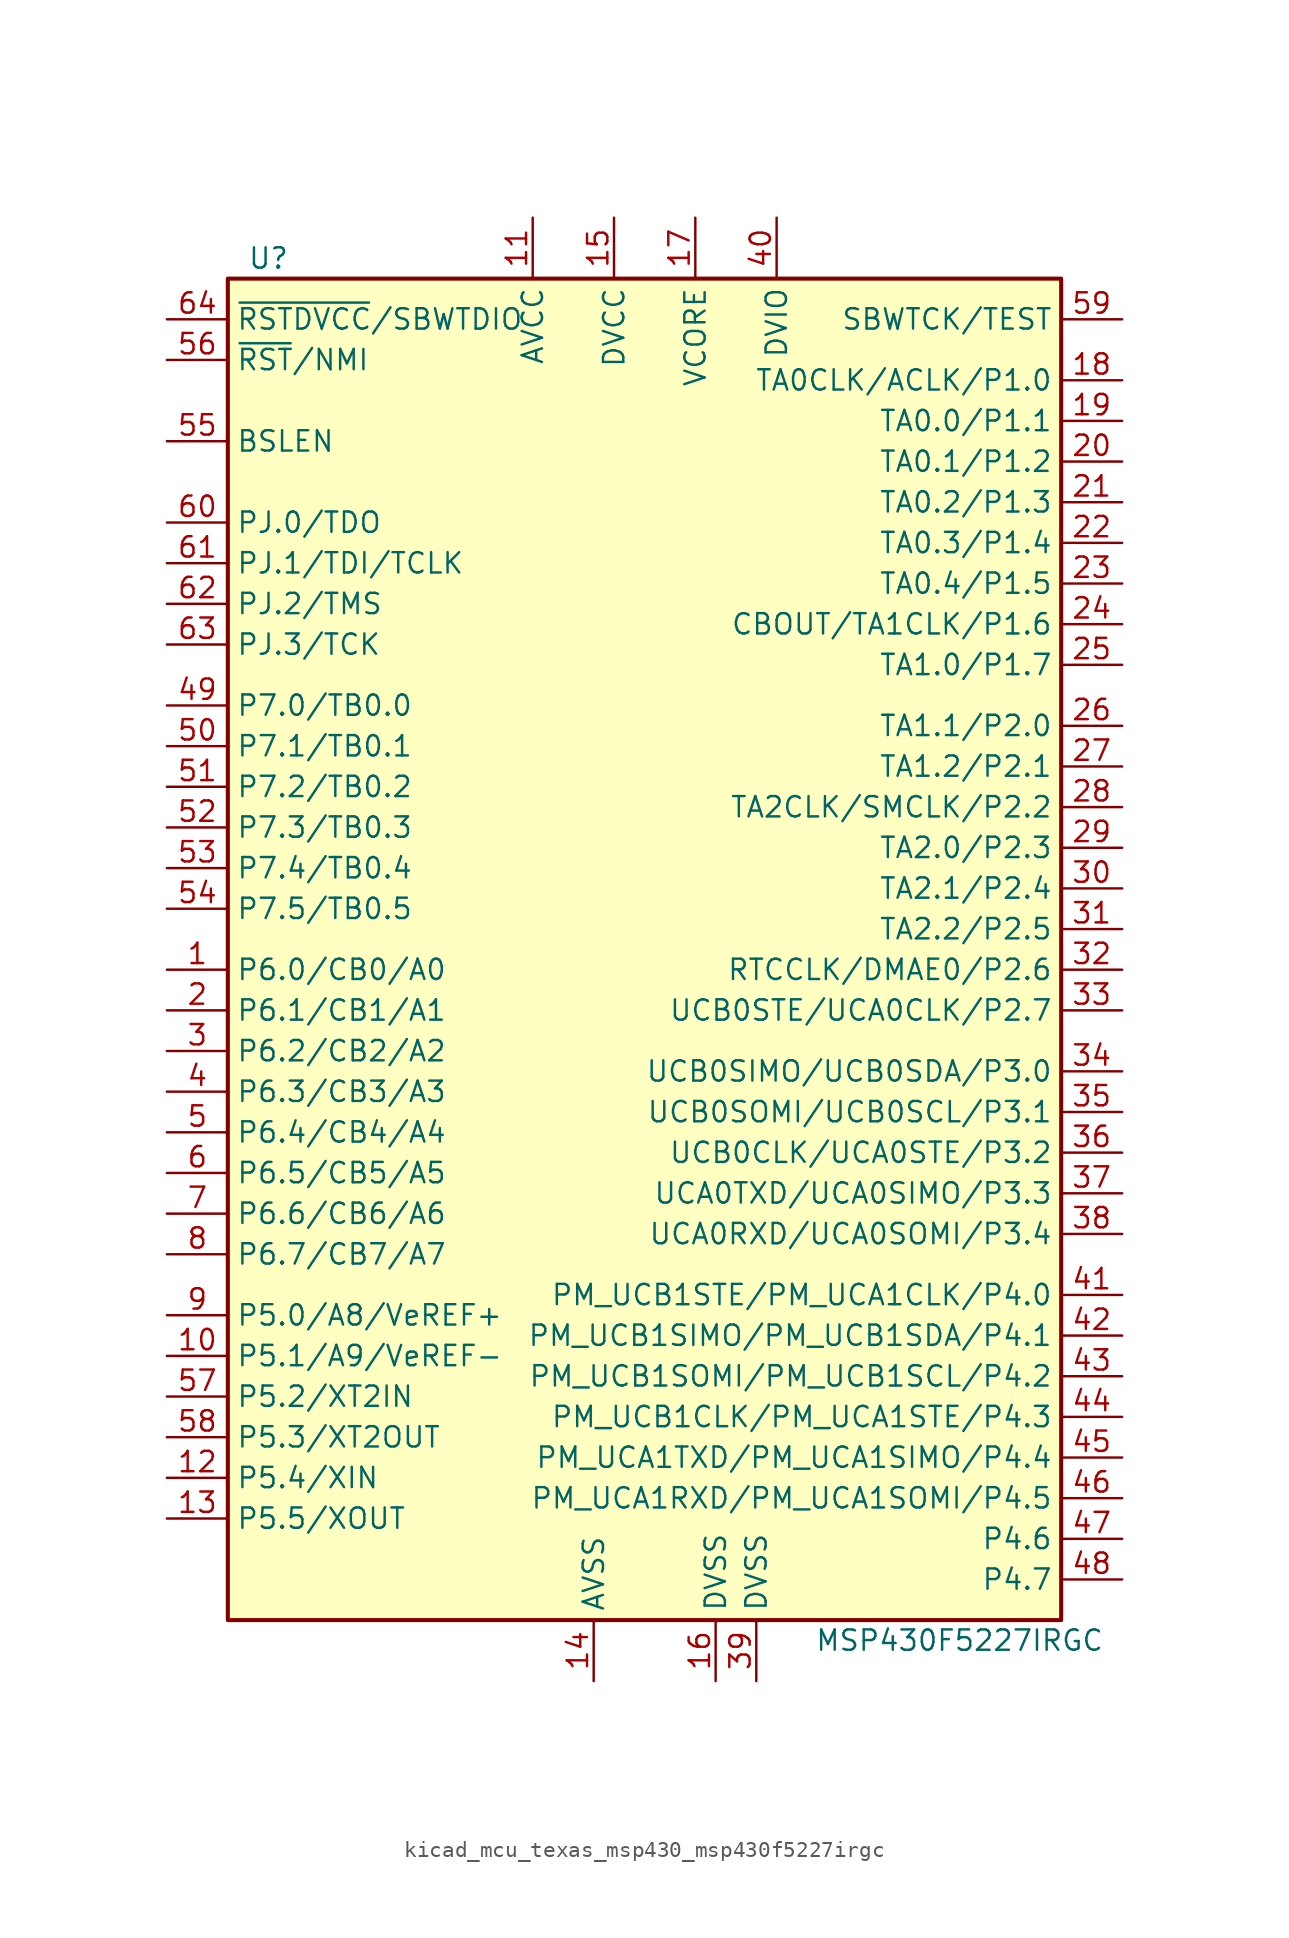
<source format=kicad_sym>
(kicad_symbol_lib
  (version 20220914)
  (generator kicad_symbol_editor)
  (symbol "kicad_mcu_texas_msp430_msp430f5227irgc"
    (property "Reference" "U"
      (at -24.13 43.18 0)
      (effects (font (size 1.27 1.27))))
    (property "Value" "MSP430F5227IRGC"
      (at 19.05 -43.18 0)
      (effects (font (size 1.27 1.27))))
    (symbol "kicad_mcu_texas_msp430_msp430f5227irgc_0_1"
      (rectangle (start -26.67 41.91) (end 25.4 -41.91) (stroke (width 0.254) (type default)) (fill (type background))))
    (symbol "kicad_mcu_texas_msp430_msp430f5227irgc_1_1"
      (pin bidirectional line (at -30.48 -1.27 0) (length 3.81) (name "P6.0/CB0/A0" (effects (font (size 1.27 1.27)))) (number "1" (effects (font (size 1.27 1.27)))))
      (pin bidirectional line (at -30.48 -25.4 0) (length 3.81) (name "P5.1/A9/VeREF-" (effects (font (size 1.27 1.27)))) (number "10" (effects (font (size 1.27 1.27)))))
      (pin power_in line (at -7.62 45.72 270) (length 3.81) (name "AVCC" (effects (font (size 1.27 1.27)))) (number "11" (effects (font (size 1.27 1.27)))))
      (pin bidirectional line (at -30.48 -33.02 0) (length 3.81) (name "P5.4/XIN" (effects (font (size 1.27 1.27)))) (number "12" (effects (font (size 1.27 1.27)))))
      (pin bidirectional line (at -30.48 -35.56 0) (length 3.81) (name "P5.5/XOUT" (effects (font (size 1.27 1.27)))) (number "13" (effects (font (size 1.27 1.27)))))
      (pin power_in line (at -3.81 -45.72 90) (length 3.81) (name "AVSS" (effects (font (size 1.27 1.27)))) (number "14" (effects (font (size 1.27 1.27)))))
      (pin power_in line (at -2.54 45.72 270) (length 3.81) (name "DVCC" (effects (font (size 1.27 1.27)))) (number "15" (effects (font (size 1.27 1.27)))))
      (pin power_in line (at 3.81 -45.72 90) (length 3.81) (name "DVSS" (effects (font (size 1.27 1.27)))) (number "16" (effects (font (size 1.27 1.27)))))
      (pin power_in line (at 2.54 45.72 270) (length 3.81) (name "VCORE" (effects (font (size 1.27 1.27)))) (number "17" (effects (font (size 1.27 1.27)))))
      (pin bidirectional line (at 29.21 35.56 180) (length 3.81) (name "TA0CLK/ACLK/P1.0" (effects (font (size 1.27 1.27)))) (number "18" (effects (font (size 1.27 1.27)))))
      (pin bidirectional line (at 29.21 33.02 180) (length 3.81) (name "TA0.0/P1.1" (effects (font (size 1.27 1.27)))) (number "19" (effects (font (size 1.27 1.27)))))
      (pin bidirectional line (at -30.48 -3.81 0) (length 3.81) (name "P6.1/CB1/A1" (effects (font (size 1.27 1.27)))) (number "2" (effects (font (size 1.27 1.27)))))
      (pin bidirectional line (at 29.21 30.48 180) (length 3.81) (name "TA0.1/P1.2" (effects (font (size 1.27 1.27)))) (number "20" (effects (font (size 1.27 1.27)))))
      (pin bidirectional line (at 29.21 27.94 180) (length 3.81) (name "TA0.2/P1.3" (effects (font (size 1.27 1.27)))) (number "21" (effects (font (size 1.27 1.27)))))
      (pin bidirectional line (at 29.21 25.4 180) (length 3.81) (name "TA0.3/P1.4" (effects (font (size 1.27 1.27)))) (number "22" (effects (font (size 1.27 1.27)))))
      (pin bidirectional line (at 29.21 22.86 180) (length 3.81) (name "TA0.4/P1.5" (effects (font (size 1.27 1.27)))) (number "23" (effects (font (size 1.27 1.27)))))
      (pin bidirectional line (at 29.21 20.32 180) (length 3.81) (name "CBOUT/TA1CLK/P1.6" (effects (font (size 1.27 1.27)))) (number "24" (effects (font (size 1.27 1.27)))))
      (pin bidirectional line (at 29.21 17.78 180) (length 3.81) (name "TA1.0/P1.7" (effects (font (size 1.27 1.27)))) (number "25" (effects (font (size 1.27 1.27)))))
      (pin bidirectional line (at 29.21 13.97 180) (length 3.81) (name "TA1.1/P2.0" (effects (font (size 1.27 1.27)))) (number "26" (effects (font (size 1.27 1.27)))))
      (pin bidirectional line (at 29.21 11.43 180) (length 3.81) (name "TA1.2/P2.1" (effects (font (size 1.27 1.27)))) (number "27" (effects (font (size 1.27 1.27)))))
      (pin bidirectional line (at 29.21 8.89 180) (length 3.81) (name "TA2CLK/SMCLK/P2.2" (effects (font (size 1.27 1.27)))) (number "28" (effects (font (size 1.27 1.27)))))
      (pin bidirectional line (at 29.21 6.35 180) (length 3.81) (name "TA2.0/P2.3" (effects (font (size 1.27 1.27)))) (number "29" (effects (font (size 1.27 1.27)))))
      (pin bidirectional line (at -30.48 -6.35 0) (length 3.81) (name "P6.2/CB2/A2" (effects (font (size 1.27 1.27)))) (number "3" (effects (font (size 1.27 1.27)))))
      (pin bidirectional line (at 29.21 3.81 180) (length 3.81) (name "TA2.1/P2.4" (effects (font (size 1.27 1.27)))) (number "30" (effects (font (size 1.27 1.27)))))
      (pin bidirectional line (at 29.21 1.27 180) (length 3.81) (name "TA2.2/P2.5" (effects (font (size 1.27 1.27)))) (number "31" (effects (font (size 1.27 1.27)))))
      (pin bidirectional line (at 29.21 -1.27 180) (length 3.81) (name "RTCCLK/DMAE0/P2.6" (effects (font (size 1.27 1.27)))) (number "32" (effects (font (size 1.27 1.27)))))
      (pin bidirectional line (at 29.21 -3.81 180) (length 3.81) (name "UCB0STE/UCA0CLK/P2.7" (effects (font (size 1.27 1.27)))) (number "33" (effects (font (size 1.27 1.27)))))
      (pin bidirectional line (at 29.21 -7.62 180) (length 3.81) (name "UCB0SIMO/UCB0SDA/P3.0" (effects (font (size 1.27 1.27)))) (number "34" (effects (font (size 1.27 1.27)))))
      (pin bidirectional line (at 29.21 -10.16 180) (length 3.81) (name "UCB0SOMI/UCB0SCL/P3.1" (effects (font (size 1.27 1.27)))) (number "35" (effects (font (size 1.27 1.27)))))
      (pin bidirectional line (at 29.21 -12.7 180) (length 3.81) (name "UCB0CLK/UCA0STE/P3.2" (effects (font (size 1.27 1.27)))) (number "36" (effects (font (size 1.27 1.27)))))
      (pin bidirectional line (at 29.21 -15.24 180) (length 3.81) (name "UCA0TXD/UCA0SIMO/P3.3" (effects (font (size 1.27 1.27)))) (number "37" (effects (font (size 1.27 1.27)))))
      (pin bidirectional line (at 29.21 -17.78 180) (length 3.81) (name "UCA0RXD/UCA0SOMI/P3.4" (effects (font (size 1.27 1.27)))) (number "38" (effects (font (size 1.27 1.27)))))
      (pin power_in line (at 6.35 -45.72 90) (length 3.81) (name "DVSS" (effects (font (size 1.27 1.27)))) (number "39" (effects (font (size 1.27 1.27)))))
      (pin bidirectional line (at -30.48 -8.89 0) (length 3.81) (name "P6.3/CB3/A3" (effects (font (size 1.27 1.27)))) (number "4" (effects (font (size 1.27 1.27)))))
      (pin power_in line (at 7.62 45.72 270) (length 3.81) (name "DVIO" (effects (font (size 1.27 1.27)))) (number "40" (effects (font (size 1.27 1.27)))))
      (pin bidirectional line (at 29.21 -21.59 180) (length 3.81) (name "PM_UCB1STE/PM_UCA1CLK/P4.0" (effects (font (size 1.27 1.27)))) (number "41" (effects (font (size 1.27 1.27)))))
      (pin bidirectional line (at 29.21 -24.13 180) (length 3.81) (name "PM_UCB1SIMO/PM_UCB1SDA/P4.1" (effects (font (size 1.27 1.27)))) (number "42" (effects (font (size 1.27 1.27)))))
      (pin bidirectional line (at 29.21 -26.67 180) (length 3.81) (name "PM_UCB1SOMI/PM_UCB1SCL/P4.2" (effects (font (size 1.27 1.27)))) (number "43" (effects (font (size 1.27 1.27)))))
      (pin bidirectional line (at 29.21 -29.21 180) (length 3.81) (name "PM_UCB1CLK/PM_UCA1STE/P4.3" (effects (font (size 1.27 1.27)))) (number "44" (effects (font (size 1.27 1.27)))))
      (pin bidirectional line (at 29.21 -31.75 180) (length 3.81) (name "PM_UCA1TXD/PM_UCA1SIMO/P4.4" (effects (font (size 1.27 1.27)))) (number "45" (effects (font (size 1.27 1.27)))))
      (pin bidirectional line (at 29.21 -34.29 180) (length 3.81) (name "PM_UCA1RXD/PM_UCA1SOMI/P4.5" (effects (font (size 1.27 1.27)))) (number "46" (effects (font (size 1.27 1.27)))))
      (pin bidirectional line (at 29.21 -36.83 180) (length 3.81) (name "P4.6" (effects (font (size 1.27 1.27)))) (number "47" (effects (font (size 1.27 1.27)))))
      (pin bidirectional line (at 29.21 -39.37 180) (length 3.81) (name "P4.7" (effects (font (size 1.27 1.27)))) (number "48" (effects (font (size 1.27 1.27)))))
      (pin bidirectional line (at -30.48 15.24 0) (length 3.81) (name "P7.0/TB0.0" (effects (font (size 1.27 1.27)))) (number "49" (effects (font (size 1.27 1.27)))))
      (pin bidirectional line (at -30.48 -11.43 0) (length 3.81) (name "P6.4/CB4/A4" (effects (font (size 1.27 1.27)))) (number "5" (effects (font (size 1.27 1.27)))))
      (pin bidirectional line (at -30.48 12.7 0) (length 3.81) (name "P7.1/TB0.1" (effects (font (size 1.27 1.27)))) (number "50" (effects (font (size 1.27 1.27)))))
      (pin bidirectional line (at -30.48 10.16 0) (length 3.81) (name "P7.2/TB0.2" (effects (font (size 1.27 1.27)))) (number "51" (effects (font (size 1.27 1.27)))))
      (pin bidirectional line (at -30.48 7.62 0) (length 3.81) (name "P7.3/TB0.3" (effects (font (size 1.27 1.27)))) (number "52" (effects (font (size 1.27 1.27)))))
      (pin bidirectional line (at -30.48 5.08 0) (length 3.81) (name "P7.4/TB0.4" (effects (font (size 1.27 1.27)))) (number "53" (effects (font (size 1.27 1.27)))))
      (pin bidirectional line (at -30.48 2.54 0) (length 3.81) (name "P7.5/TB0.5" (effects (font (size 1.27 1.27)))) (number "54" (effects (font (size 1.27 1.27)))))
      (pin bidirectional line (at -30.48 31.75 0) (length 3.81) (name "BSLEN" (effects (font (size 1.27 1.27)))) (number "55" (effects (font (size 1.27 1.27)))))
      (pin input line (at -30.48 36.83 0) (length 3.81) (name "~{RST}/NMI" (effects (font (size 1.27 1.27)))) (number "56" (effects (font (size 1.27 1.27)))))
      (pin bidirectional line (at -30.48 -27.94 0) (length 3.81) (name "P5.2/XT2IN" (effects (font (size 1.27 1.27)))) (number "57" (effects (font (size 1.27 1.27)))))
      (pin bidirectional line (at -30.48 -30.48 0) (length 3.81) (name "P5.3/XT2OUT" (effects (font (size 1.27 1.27)))) (number "58" (effects (font (size 1.27 1.27)))))
      (pin input line (at 29.21 39.37 180) (length 3.81) (name "SBWTCK/TEST" (effects (font (size 1.27 1.27)))) (number "59" (effects (font (size 1.27 1.27)))))
      (pin bidirectional line (at -30.48 -13.97 0) (length 3.81) (name "P6.5/CB5/A5" (effects (font (size 1.27 1.27)))) (number "6" (effects (font (size 1.27 1.27)))))
      (pin bidirectional line (at -30.48 26.67 0) (length 3.81) (name "PJ.0/TDO" (effects (font (size 1.27 1.27)))) (number "60" (effects (font (size 1.27 1.27)))))
      (pin bidirectional line (at -30.48 24.13 0) (length 3.81) (name "PJ.1/TDI/TCLK" (effects (font (size 1.27 1.27)))) (number "61" (effects (font (size 1.27 1.27)))))
      (pin bidirectional line (at -30.48 21.59 0) (length 3.81) (name "PJ.2/TMS" (effects (font (size 1.27 1.27)))) (number "62" (effects (font (size 1.27 1.27)))))
      (pin bidirectional line (at -30.48 19.05 0) (length 3.81) (name "PJ.3/TCK" (effects (font (size 1.27 1.27)))) (number "63" (effects (font (size 1.27 1.27)))))
      (pin bidirectional line (at -30.48 39.37 0) (length 3.81) (name "~{RSTDVCC}/SBWTDIO" (effects (font (size 1.27 1.27)))) (number "64" (effects (font (size 1.27 1.27)))))
      (pin bidirectional line (at -30.48 -16.51 0) (length 3.81) (name "P6.6/CB6/A6" (effects (font (size 1.27 1.27)))) (number "7" (effects (font (size 1.27 1.27)))))
      (pin bidirectional line (at -30.48 -19.05 0) (length 3.81) (name "P6.7/CB7/A7" (effects (font (size 1.27 1.27)))) (number "8" (effects (font (size 1.27 1.27)))))
      (pin bidirectional line (at -30.48 -22.86 0) (length 3.81) (name "P5.0/A8/VeREF+" (effects (font (size 1.27 1.27)))) (number "9" (effects (font (size 1.27 1.27))))))))
</source>
